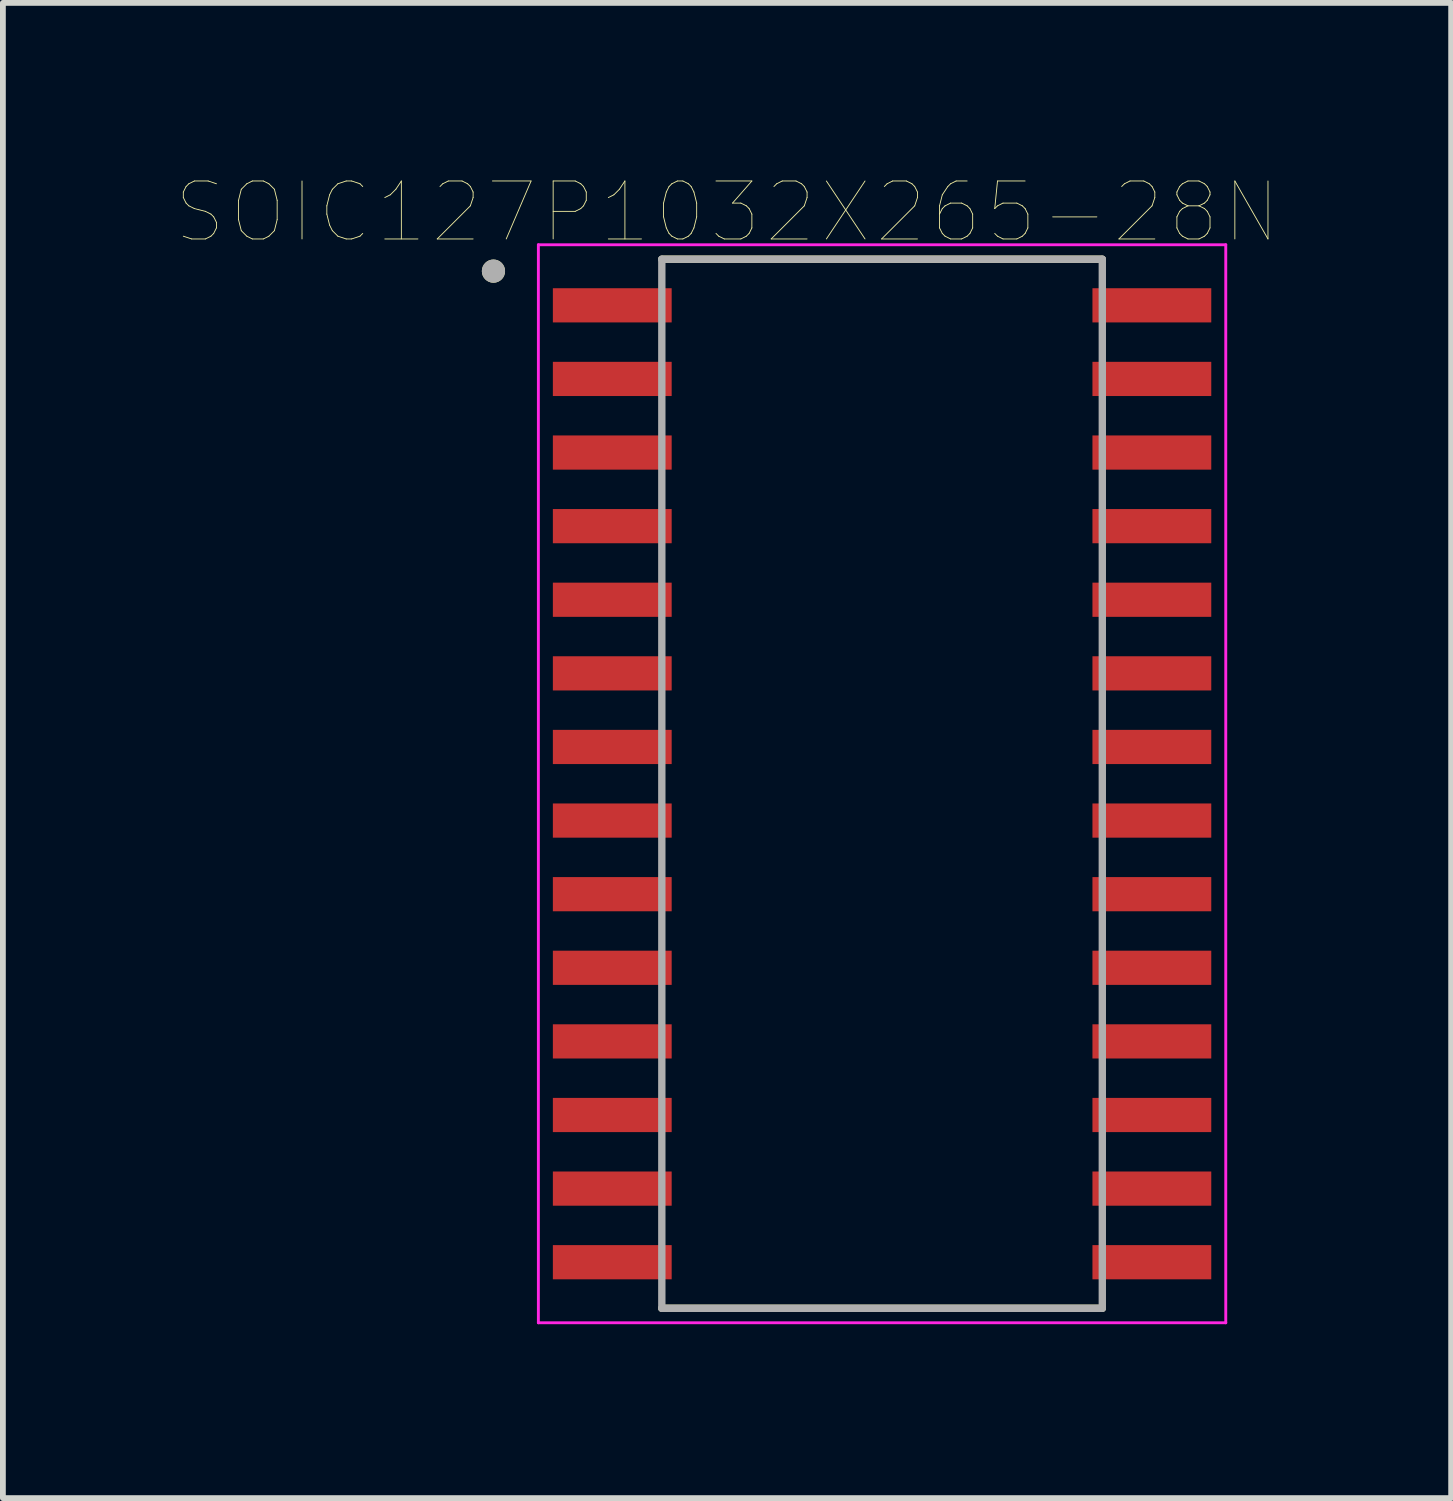
<source format=kicad_pcb>
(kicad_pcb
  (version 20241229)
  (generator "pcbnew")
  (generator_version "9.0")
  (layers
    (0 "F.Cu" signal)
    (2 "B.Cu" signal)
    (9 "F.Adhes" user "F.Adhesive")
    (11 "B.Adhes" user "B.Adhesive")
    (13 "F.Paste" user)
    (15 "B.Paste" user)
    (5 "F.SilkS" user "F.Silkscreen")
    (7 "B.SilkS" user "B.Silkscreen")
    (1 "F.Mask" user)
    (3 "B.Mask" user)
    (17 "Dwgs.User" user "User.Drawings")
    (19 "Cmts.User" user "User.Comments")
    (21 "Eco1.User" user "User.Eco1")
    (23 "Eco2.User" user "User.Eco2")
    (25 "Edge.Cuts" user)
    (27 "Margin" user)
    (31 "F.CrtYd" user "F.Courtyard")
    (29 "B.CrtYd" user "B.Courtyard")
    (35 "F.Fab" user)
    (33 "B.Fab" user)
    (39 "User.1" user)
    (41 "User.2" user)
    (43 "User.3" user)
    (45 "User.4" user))
  (footprint "SOIC127P1032X265-28N"
    (layer "F.Cu")
    (at 12.169 10.473)
    (property "Reference" "SOIC127P1032X265-28N" (at -2.675 -9.862 0) (layer "F.SilkS") (effects (font (size 1 1) (thickness 0.015))))
    (attr through_hole)
    (fp_line (start -3.8 -9.05) (end 3.8 -9.05) (stroke (width 0.127) (type solid)) (layer "F.SilkS"))
    (fp_line (start -3.8 9.05) (end 3.8 9.05) (stroke (width 0.127) (type solid)) (layer "F.SilkS"))
    (fp_circle (center -6.705 -8.845) (end -6.605 -8.845) (stroke (width 0.2) (type solid)) (fill no) (layer "F.SilkS"))
    (fp_line (start -5.93 -9.3) (end -5.93 9.3) (stroke (width 0.05) (type solid)) (layer "F.CrtYd"))
    (fp_line (start -5.93 -9.3) (end 5.93 -9.3) (stroke (width 0.05) (type solid)) (layer "F.CrtYd"))
    (fp_line (start -5.93 9.3) (end 5.93 9.3) (stroke (width 0.05) (type solid)) (layer "F.CrtYd"))
    (fp_line (start 5.93 -9.3) (end 5.93 9.3) (stroke (width 0.05) (type solid)) (layer "F.CrtYd"))
    (fp_line (start -3.8 -9.05) (end -3.8 9.05) (stroke (width 0.127) (type solid)) (layer "F.Fab"))
    (fp_line (start -3.8 -9.05) (end 3.8 -9.05) (stroke (width 0.127) (type solid)) (layer "F.Fab"))
    (fp_line (start -3.8 9.05) (end 3.8 9.05) (stroke (width 0.127) (type solid)) (layer "F.Fab"))
    (fp_line (start 3.8 -9.05) (end 3.8 9.05) (stroke (width 0.127) (type solid)) (layer "F.Fab"))
    (fp_circle (center -6.705 -8.845) (end -6.605 -8.845) (stroke (width 0.2) (type solid)) (fill no) (layer "F.Fab"))
    (pad "1" smd rect (at -4.655 -8.255) (size 2.05 0.59) (layers "F.Cu" "F.Mask" "F.Paste"))
    (pad "2" smd rect (at -4.655 -6.985) (size 2.05 0.59) (layers "F.Cu" "F.Mask" "F.Paste"))
    (pad "3" smd rect (at -4.655 -5.715) (size 2.05 0.59) (layers "F.Cu" "F.Mask" "F.Paste"))
    (pad "4" smd rect (at -4.655 -4.445) (size 2.05 0.59) (layers "F.Cu" "F.Mask" "F.Paste"))
    (pad "5" smd rect (at -4.655 -3.175) (size 2.05 0.59) (layers "F.Cu" "F.Mask" "F.Paste"))
    (pad "6" smd rect (at -4.655 -1.905) (size 2.05 0.59) (layers "F.Cu" "F.Mask" "F.Paste"))
    (pad "7" smd rect (at -4.655 -0.635) (size 2.05 0.59) (layers "F.Cu" "F.Mask" "F.Paste"))
    (pad "8" smd rect (at -4.655 0.635) (size 2.05 0.59) (layers "F.Cu" "F.Mask" "F.Paste"))
    (pad "9" smd rect (at -4.655 1.905) (size 2.05 0.59) (layers "F.Cu" "F.Mask" "F.Paste"))
    (pad "10" smd rect (at -4.655 3.175) (size 2.05 0.59) (layers "F.Cu" "F.Mask" "F.Paste"))
    (pad "11" smd rect (at -4.655 4.445) (size 2.05 0.59) (layers "F.Cu" "F.Mask" "F.Paste"))
    (pad "12" smd rect (at -4.655 5.715) (size 2.05 0.59) (layers "F.Cu" "F.Mask" "F.Paste"))
    (pad "13" smd rect (at -4.655 6.985) (size 2.05 0.59) (layers "F.Cu" "F.Mask" "F.Paste"))
    (pad "14" smd rect (at -4.655 8.255) (size 2.05 0.59) (layers "F.Cu" "F.Mask" "F.Paste"))
    (pad "15" smd rect (at 4.655 8.255) (size 2.05 0.59) (layers "F.Cu" "F.Mask" "F.Paste"))
    (pad "16" smd rect (at 4.655 6.985) (size 2.05 0.59) (layers "F.Cu" "F.Mask" "F.Paste"))
    (pad "17" smd rect (at 4.655 5.715) (size 2.05 0.59) (layers "F.Cu" "F.Mask" "F.Paste"))
    (pad "18" smd rect (at 4.655 4.445) (size 2.05 0.59) (layers "F.Cu" "F.Mask" "F.Paste"))
    (pad "19" smd rect (at 4.655 3.175) (size 2.05 0.59) (layers "F.Cu" "F.Mask" "F.Paste"))
    (pad "20" smd rect (at 4.655 1.905) (size 2.05 0.59) (layers "F.Cu" "F.Mask" "F.Paste"))
    (pad "21" smd rect (at 4.655 0.635) (size 2.05 0.59) (layers "F.Cu" "F.Mask" "F.Paste"))
    (pad "22" smd rect (at 4.655 -0.635) (size 2.05 0.59) (layers "F.Cu" "F.Mask" "F.Paste"))
    (pad "23" smd rect (at 4.655 -1.905) (size 2.05 0.59) (layers "F.Cu" "F.Mask" "F.Paste"))
    (pad "24" smd rect (at 4.655 -3.175) (size 2.05 0.59) (layers "F.Cu" "F.Mask" "F.Paste"))
    (pad "25" smd rect (at 4.655 -4.445) (size 2.05 0.59) (layers "F.Cu" "F.Mask" "F.Paste"))
    (pad "26" smd rect (at 4.655 -5.715) (size 2.05 0.59) (layers "F.Cu" "F.Mask" "F.Paste"))
    (pad "27" smd rect (at 4.655 -6.985) (size 2.05 0.59) (layers "F.Cu" "F.Mask" "F.Paste"))
    (pad "28" smd rect (at 4.655 -8.255) (size 2.05 0.59) (layers "F.Cu" "F.Mask" "F.Paste")))
  (gr_rect
    (start -3 -3)
    (end 21.988 22.798)
    (stroke (width 0.1) (type default))
    (fill no)
    (layer "Edge.Cuts")))
</source>
